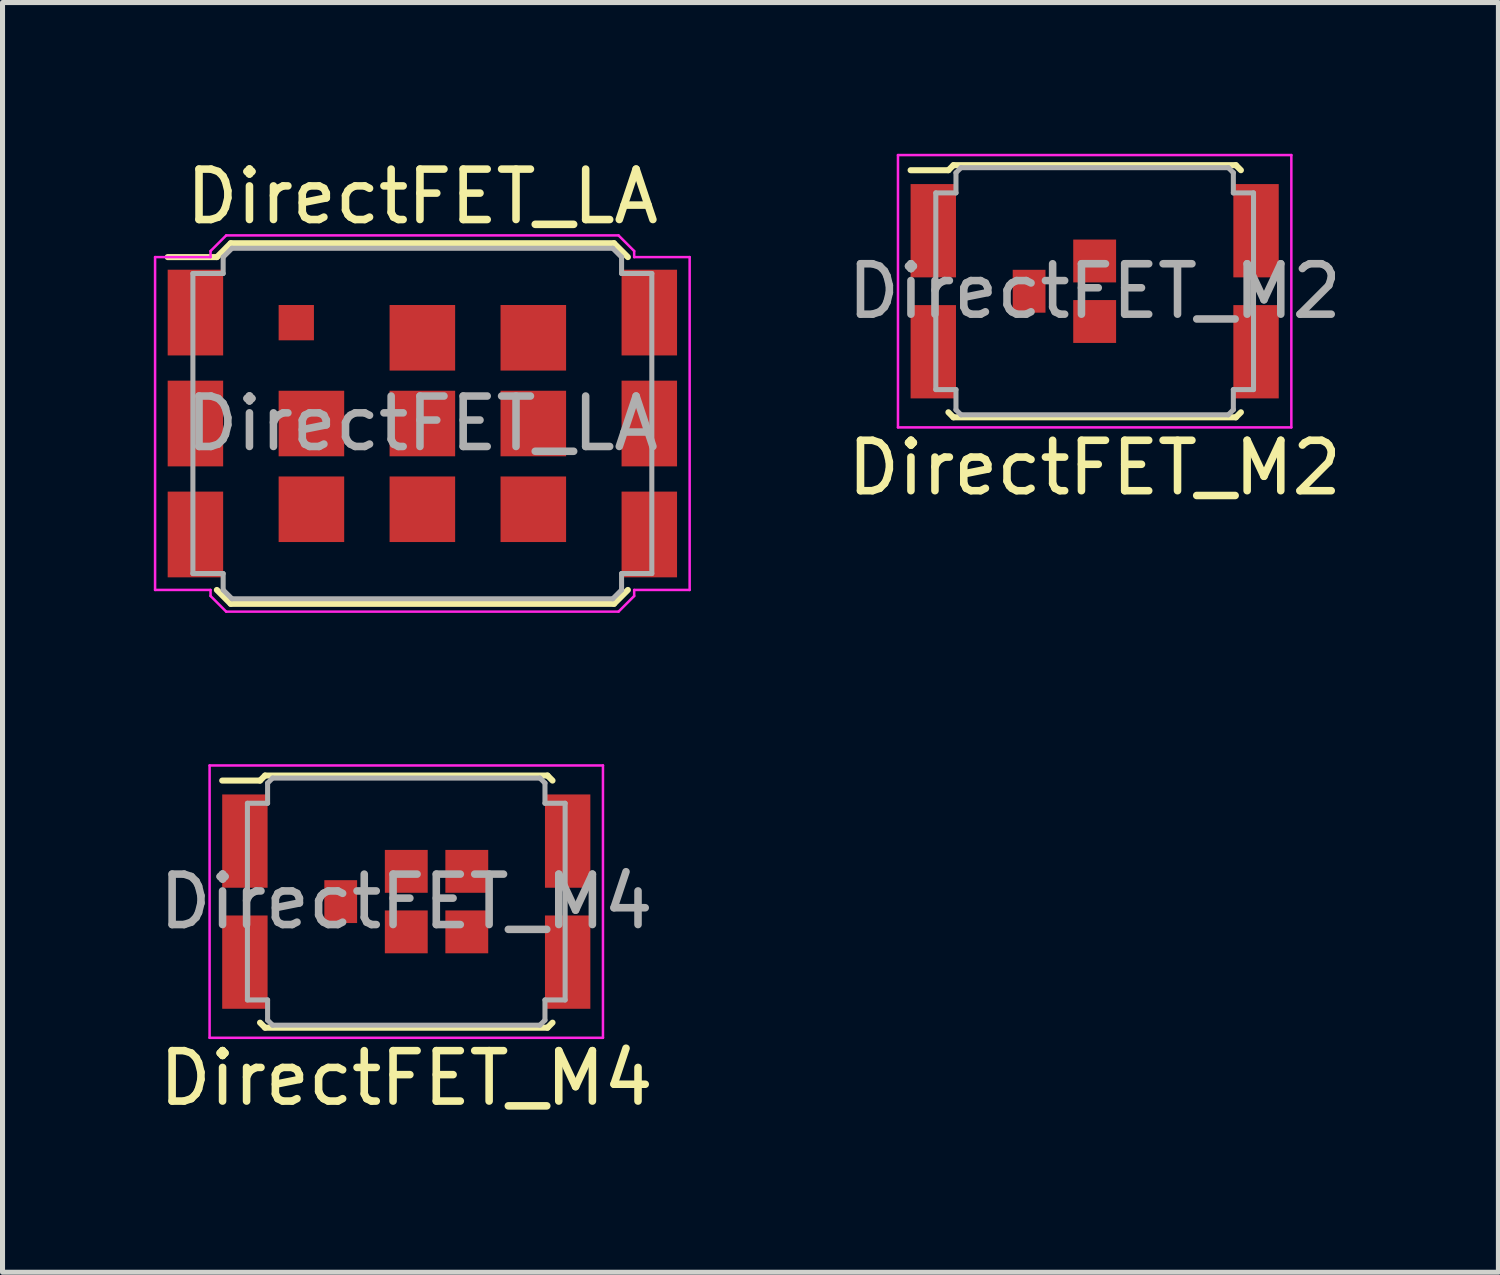
<source format=kicad_pcb>
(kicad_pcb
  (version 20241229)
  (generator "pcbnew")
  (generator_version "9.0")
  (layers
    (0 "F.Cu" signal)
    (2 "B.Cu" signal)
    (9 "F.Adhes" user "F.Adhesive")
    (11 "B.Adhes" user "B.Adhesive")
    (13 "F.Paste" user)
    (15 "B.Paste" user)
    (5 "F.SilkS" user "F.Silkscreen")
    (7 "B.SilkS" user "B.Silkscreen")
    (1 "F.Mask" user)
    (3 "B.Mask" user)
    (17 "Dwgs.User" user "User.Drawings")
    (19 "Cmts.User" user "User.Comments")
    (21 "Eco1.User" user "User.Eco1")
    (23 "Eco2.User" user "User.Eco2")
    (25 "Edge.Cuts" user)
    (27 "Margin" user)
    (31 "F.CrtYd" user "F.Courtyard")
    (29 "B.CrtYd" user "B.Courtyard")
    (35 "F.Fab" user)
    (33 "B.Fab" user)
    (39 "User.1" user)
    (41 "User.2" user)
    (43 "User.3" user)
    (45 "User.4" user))
  (footprint "DirectFET_M2"
    (layer "F.Cu")
    (at 18.656 2.725)
    (property "Reference" "DirectFET_M2" (at 0 3.5 0) (layer "F.SilkS") (effects (font (size 1 1) (thickness 0.15))))
    (attr smd)
    (fp_line (start -3.65 -2.4) (end -2.9 -2.4) (stroke (width 0.12) (type solid)) (layer "F.SilkS"))
    (fp_line (start -2.9 -2.4) (end -2.8 -2.5) (stroke (width 0.12) (type solid)) (layer "F.SilkS"))
    (fp_line (start -2.8 -2.5) (end 2.8 -2.5) (stroke (width 0.12) (type solid)) (layer "F.SilkS"))
    (fp_line (start -2.8 2.5) (end -2.9 2.4) (stroke (width 0.12) (type solid)) (layer "F.SilkS"))
    (fp_line (start 2.8 -2.5) (end 2.9 -2.4) (stroke (width 0.12) (type solid)) (layer "F.SilkS"))
    (fp_line (start 2.8 2.5) (end -2.8 2.5) (stroke (width 0.12) (type solid)) (layer "F.SilkS"))
    (fp_line (start 2.9 2.4) (end 2.8 2.5) (stroke (width 0.12) (type solid)) (layer "F.SilkS"))
    (fp_line (start -3.9 -2.7) (end -3.9 2.7) (stroke (width 0.05) (type solid)) (layer "F.CrtYd"))
    (fp_line (start -3.9 2.7) (end 3.9 2.7) (stroke (width 0.05) (type solid)) (layer "F.CrtYd"))
    (fp_line (start 3.9 -2.7) (end -3.9 -2.7) (stroke (width 0.05) (type solid)) (layer "F.CrtYd"))
    (fp_line (start 3.9 2.7) (end 3.9 -2.7) (stroke (width 0.05) (type solid)) (layer "F.CrtYd"))
    (fp_line (start -3.15 -1.95) (end -2.75 -1.95) (stroke (width 0.1) (type solid)) (layer "F.Fab"))
    (fp_line (start -3.15 1.95) (end -3.15 -1.95) (stroke (width 0.1) (type solid)) (layer "F.Fab"))
    (fp_line (start -3.15 1.95) (end -2.75 1.95) (stroke (width 0.1) (type solid)) (layer "F.Fab"))
    (fp_line (start -2.75 -2.35) (end -2.65 -2.45) (stroke (width 0.1) (type solid)) (layer "F.Fab"))
    (fp_line (start -2.75 -1.95) (end -2.75 -2.35) (stroke (width 0.1) (type solid)) (layer "F.Fab"))
    (fp_line (start -2.75 1.95) (end -2.75 2.35) (stroke (width 0.1) (type solid)) (layer "F.Fab"))
    (fp_line (start -2.75 2.35) (end -2.65 2.45) (stroke (width 0.1) (type solid)) (layer "F.Fab"))
    (fp_line (start -2.65 2.45) (end 2.65 2.45) (stroke (width 0.1) (type solid)) (layer "F.Fab"))
    (fp_line (start 2.65 -2.45) (end -2.65 -2.45) (stroke (width 0.1) (type solid)) (layer "F.Fab"))
    (fp_line (start 2.65 -2.45) (end 2.75 -2.35) (stroke (width 0.1) (type solid)) (layer "F.Fab"))
    (fp_line (start 2.75 -2.35) (end 2.75 -1.95) (stroke (width 0.1) (type solid)) (layer "F.Fab"))
    (fp_line (start 2.75 -1.95) (end 3.15 -1.95) (stroke (width 0.1) (type solid)) (layer "F.Fab"))
    (fp_line (start 2.75 1.95) (end 2.75 2.35) (stroke (width 0.1) (type solid)) (layer "F.Fab"))
    (fp_line (start 2.75 2.35) (end 2.65 2.45) (stroke (width 0.1) (type solid)) (layer "F.Fab"))
    (fp_line (start 3.15 -1.95) (end 3.15 1.95) (stroke (width 0.1) (type solid)) (layer "F.Fab"))
    (fp_line (start 3.15 1.95) (end 2.75 1.95) (stroke (width 0.1) (type solid)) (layer "F.Fab"))
    (fp_text user "${REFERENCE}" (at 0 0 0) (layer "F.Fab") (effects (font (size 1 1) (thickness 0.15))))
    (pad "1" smd rect (at -3.2 -1.2) (size 0.9 1.85) (layers "F.Cu" "F.Mask" "F.Paste"))
    (pad "1" smd rect (at -3.2 1.2) (size 0.9 1.85) (layers "F.Cu" "F.Mask" "F.Paste"))
    (pad "1" smd rect (at 3.2 -1.2) (size 0.9 1.85) (layers "F.Cu" "F.Mask" "F.Paste"))
    (pad "1" smd rect (at 3.2 1.2) (size 0.9 1.85) (layers "F.Cu" "F.Mask" "F.Paste"))
    (pad "2" smd rect (at -1.3 0) (size 0.65 0.85) (layers "F.Cu" "F.Mask" "F.Paste"))
    (pad "3" smd rect (at 0 -0.6) (size 0.85 0.85) (layers "F.Cu" "F.Mask" "F.Paste"))
    (pad "3" smd rect (at 0 0.6) (size 0.85 0.85) (layers "F.Cu" "F.Mask" "F.Paste")))
  (footprint "DirectFET_LA"
    (layer "F.Cu")
    (at 5.325 5.348)
    (property "Reference" "DirectFET_LA" (at 0 -4.5 0) (layer "F.SilkS") (effects (font (size 1 1) (thickness 0.15))))
    (attr smd)
    (fp_line (start -5.05 -3.3) (end -4.075 -3.3) (stroke (width 0.12) (type solid)) (layer "F.SilkS"))
    (fp_line (start -4.075 -3.3) (end -3.8 -3.575) (stroke (width 0.12) (type solid)) (layer "F.SilkS"))
    (fp_line (start -4.075 3.3) (end -3.8 3.575) (stroke (width 0.12) (type solid)) (layer "F.SilkS"))
    (fp_line (start 3.8 -3.575) (end -3.8 -3.575) (stroke (width 0.12) (type solid)) (layer "F.SilkS"))
    (fp_line (start 3.8 3.575) (end -3.8 3.575) (stroke (width 0.12) (type solid)) (layer "F.SilkS"))
    (fp_line (start 4.075 -3.3) (end 3.8 -3.575) (stroke (width 0.12) (type solid)) (layer "F.SilkS"))
    (fp_line (start 4.075 3.3) (end 3.8 3.575) (stroke (width 0.12) (type solid)) (layer "F.SilkS"))
    (fp_line (start -5.3 -3.3) (end -5.3 3.3) (stroke (width 0.05) (type solid)) (layer "F.CrtYd"))
    (fp_line (start -4.2 -3.42) (end -3.89 -3.73) (stroke (width 0.05) (type solid)) (layer "F.CrtYd"))
    (fp_line (start -4.2 -3.3) (end -5.3 -3.3) (stroke (width 0.05) (type solid)) (layer "F.CrtYd"))
    (fp_line (start -4.2 -3.3) (end -4.2 -3.42) (stroke (width 0.05) (type solid)) (layer "F.CrtYd"))
    (fp_line (start -4.2 3.3) (end -5.3 3.3) (stroke (width 0.05) (type solid)) (layer "F.CrtYd"))
    (fp_line (start -4.2 3.3) (end -4.2 3.42) (stroke (width 0.05) (type solid)) (layer "F.CrtYd"))
    (fp_line (start -4.2 3.42) (end -3.89 3.73) (stroke (width 0.05) (type solid)) (layer "F.CrtYd"))
    (fp_line (start 3.89 -3.73) (end -3.89 -3.73) (stroke (width 0.05) (type solid)) (layer "F.CrtYd"))
    (fp_line (start 3.89 3.73) (end -3.89 3.73) (stroke (width 0.05) (type solid)) (layer "F.CrtYd"))
    (fp_line (start 4.2 -3.42) (end 3.89 -3.73) (stroke (width 0.05) (type solid)) (layer "F.CrtYd"))
    (fp_line (start 4.2 -3.3) (end 4.2 -3.42) (stroke (width 0.05) (type solid)) (layer "F.CrtYd"))
    (fp_line (start 4.2 -3.3) (end 5.3 -3.3) (stroke (width 0.05) (type solid)) (layer "F.CrtYd"))
    (fp_line (start 4.2 3.3) (end 4.2 3.42) (stroke (width 0.05) (type solid)) (layer "F.CrtYd"))
    (fp_line (start 4.2 3.3) (end 5.3 3.3) (stroke (width 0.05) (type solid)) (layer "F.CrtYd"))
    (fp_line (start 4.2 3.42) (end 3.89 3.73) (stroke (width 0.05) (type solid)) (layer "F.CrtYd"))
    (fp_line (start 5.3 -3.3) (end 5.3 3.3) (stroke (width 0.05) (type solid)) (layer "F.CrtYd"))
    (fp_line (start -4.55 -2.975) (end -4.55 2.975) (stroke (width 0.1) (type solid)) (layer "F.Fab"))
    (fp_line (start -4.55 -2.975) (end -3.95 -2.975) (stroke (width 0.1) (type solid)) (layer "F.Fab"))
    (fp_line (start -4.55 2.975) (end -3.95 2.975) (stroke (width 0.1) (type solid)) (layer "F.Fab"))
    (fp_line (start -3.95 -3.3) (end -3.775 -3.475) (stroke (width 0.1) (type solid)) (layer "F.Fab"))
    (fp_line (start -3.95 -2.975) (end -3.95 -3.3) (stroke (width 0.1) (type solid)) (layer "F.Fab"))
    (fp_line (start -3.95 2.975) (end -3.95 3.3) (stroke (width 0.1) (type solid)) (layer "F.Fab"))
    (fp_line (start -3.95 3.3) (end -3.775 3.475) (stroke (width 0.1) (type solid)) (layer "F.Fab"))
    (fp_line (start 3.775 -3.475) (end -3.775 -3.475) (stroke (width 0.1) (type solid)) (layer "F.Fab"))
    (fp_line (start 3.775 3.475) (end -3.775 3.475) (stroke (width 0.1) (type solid)) (layer "F.Fab"))
    (fp_line (start 3.95 -3.3) (end 3.775 -3.475) (stroke (width 0.1) (type solid)) (layer "F.Fab"))
    (fp_line (start 3.95 -2.975) (end 3.95 -3.3) (stroke (width 0.1) (type solid)) (layer "F.Fab"))
    (fp_line (start 3.95 2.975) (end 3.95 3.3) (stroke (width 0.1) (type solid)) (layer "F.Fab"))
    (fp_line (start 3.95 3.3) (end 3.775 3.475) (stroke (width 0.1) (type solid)) (layer "F.Fab"))
    (fp_line (start 4.55 -2.975) (end 3.95 -2.975) (stroke (width 0.1) (type solid)) (layer "F.Fab"))
    (fp_line (start 4.55 -2.975) (end 4.55 2.975) (stroke (width 0.1) (type solid)) (layer "F.Fab"))
    (fp_line (start 4.55 2.975) (end 3.95 2.975) (stroke (width 0.1) (type solid)) (layer "F.Fab"))
    (fp_text user "${REFERENCE}" (at 0 0 0) (layer "F.Fab") (effects (font (size 1 1) (thickness 0.15))))
    (pad "1" smd rect (at -4.5 -2.2) (size 1.1 1.7) (layers "F.Cu" "F.Mask" "F.Paste"))
    (pad "1" smd rect (at -4.5 0) (size 1.1 1.7) (layers "F.Cu" "F.Mask" "F.Paste"))
    (pad "1" smd rect (at -4.5 2.2) (size 1.1 1.7) (layers "F.Cu" "F.Mask" "F.Paste"))
    (pad "1" smd rect (at 4.5 -2.2) (size 1.1 1.7) (layers "F.Cu" "F.Mask" "F.Paste"))
    (pad "1" smd rect (at 4.5 0) (size 1.1 1.7) (layers "F.Cu" "F.Mask" "F.Paste"))
    (pad "1" smd rect (at 4.5 2.2) (size 1.1 1.7) (layers "F.Cu" "F.Mask" "F.Paste"))
    (pad "2" smd rect (at -2.5 -2) (size 0.7 0.7) (layers "F.Cu" "F.Mask" "F.Paste"))
    (pad "3" smd rect (at -2.2 0) (size 1.3 1.3) (layers "F.Cu" "F.Mask" "F.Paste"))
    (pad "3" smd rect (at -2.2 1.7) (size 1.3 1.3) (layers "F.Cu" "F.Mask" "F.Paste"))
    (pad "3" smd rect (at 0 -1.7) (size 1.3 1.3) (layers "F.Cu" "F.Mask" "F.Paste"))
    (pad "3" smd rect (at 0 0) (size 1.3 1.3) (layers "F.Cu" "F.Mask" "F.Paste"))
    (pad "3" smd rect (at 0 1.7) (size 1.3 1.3) (layers "F.Cu" "F.Mask" "F.Paste"))
    (pad "3" smd rect (at 2.2 -1.7) (size 1.3 1.3) (layers "F.Cu" "F.Mask" "F.Paste"))
    (pad "3" smd rect (at 2.2 0) (size 1.3 1.3) (layers "F.Cu" "F.Mask" "F.Paste"))
    (pad "3" smd rect (at 2.2 1.7) (size 1.3 1.3) (layers "F.Cu" "F.Mask" "F.Paste")))
  (footprint "DirectFET_M4"
    (layer "F.Cu")
    (at 5.006 14.828)
    (property "Reference" "DirectFET_M4" (at 0 3.5 0) (layer "F.SilkS") (effects (font (size 1 1) (thickness 0.15))))
    (attr smd)
    (fp_line (start -3.65 -2.4) (end -2.9 -2.4) (stroke (width 0.12) (type solid)) (layer "F.SilkS"))
    (fp_line (start -2.9 -2.4) (end -2.8 -2.5) (stroke (width 0.12) (type solid)) (layer "F.SilkS"))
    (fp_line (start -2.8 -2.5) (end 2.8 -2.5) (stroke (width 0.12) (type solid)) (layer "F.SilkS"))
    (fp_line (start -2.8 2.5) (end -2.9 2.4) (stroke (width 0.12) (type solid)) (layer "F.SilkS"))
    (fp_line (start 2.8 -2.5) (end 2.9 -2.4) (stroke (width 0.12) (type solid)) (layer "F.SilkS"))
    (fp_line (start 2.8 2.5) (end -2.8 2.5) (stroke (width 0.12) (type solid)) (layer "F.SilkS"))
    (fp_line (start 2.9 2.4) (end 2.8 2.5) (stroke (width 0.12) (type solid)) (layer "F.SilkS"))
    (fp_line (start -3.9 -2.7) (end -3.9 2.7) (stroke (width 0.05) (type solid)) (layer "F.CrtYd"))
    (fp_line (start -3.9 2.7) (end 3.9 2.7) (stroke (width 0.05) (type solid)) (layer "F.CrtYd"))
    (fp_line (start 3.9 -2.7) (end -3.9 -2.7) (stroke (width 0.05) (type solid)) (layer "F.CrtYd"))
    (fp_line (start 3.9 2.7) (end 3.9 -2.7) (stroke (width 0.05) (type solid)) (layer "F.CrtYd"))
    (fp_line (start -3.15 -1.95) (end -2.75 -1.95) (stroke (width 0.1) (type solid)) (layer "F.Fab"))
    (fp_line (start -3.15 1.95) (end -3.15 -1.95) (stroke (width 0.1) (type solid)) (layer "F.Fab"))
    (fp_line (start -3.15 1.95) (end -2.75 1.95) (stroke (width 0.1) (type solid)) (layer "F.Fab"))
    (fp_line (start -2.75 -2.35) (end -2.65 -2.45) (stroke (width 0.1) (type solid)) (layer "F.Fab"))
    (fp_line (start -2.75 -1.95) (end -2.75 -2.35) (stroke (width 0.1) (type solid)) (layer "F.Fab"))
    (fp_line (start -2.75 1.95) (end -2.75 2.35) (stroke (width 0.1) (type solid)) (layer "F.Fab"))
    (fp_line (start -2.75 2.35) (end -2.65 2.45) (stroke (width 0.1) (type solid)) (layer "F.Fab"))
    (fp_line (start -2.65 2.45) (end 2.65 2.45) (stroke (width 0.1) (type solid)) (layer "F.Fab"))
    (fp_line (start 2.65 -2.45) (end -2.65 -2.45) (stroke (width 0.1) (type solid)) (layer "F.Fab"))
    (fp_line (start 2.65 -2.45) (end 2.75 -2.35) (stroke (width 0.1) (type solid)) (layer "F.Fab"))
    (fp_line (start 2.75 -2.35) (end 2.75 -1.95) (stroke (width 0.1) (type solid)) (layer "F.Fab"))
    (fp_line (start 2.75 -1.95) (end 3.15 -1.95) (stroke (width 0.1) (type solid)) (layer "F.Fab"))
    (fp_line (start 2.75 1.95) (end 2.75 2.35) (stroke (width 0.1) (type solid)) (layer "F.Fab"))
    (fp_line (start 2.75 2.35) (end 2.65 2.45) (stroke (width 0.1) (type solid)) (layer "F.Fab"))
    (fp_line (start 3.15 -1.95) (end 3.15 1.95) (stroke (width 0.1) (type solid)) (layer "F.Fab"))
    (fp_line (start 3.15 1.95) (end 2.75 1.95) (stroke (width 0.1) (type solid)) (layer "F.Fab"))
    (fp_text user "${REFERENCE}" (at 0 0 0) (layer "F.Fab") (effects (font (size 1 1) (thickness 0.15))))
    (pad "1" smd rect (at -3.2 -1.2) (size 0.9 1.85) (layers "F.Cu" "F.Mask" "F.Paste"))
    (pad "1" smd rect (at -3.2 1.2) (size 0.9 1.85) (layers "F.Cu" "F.Mask" "F.Paste"))
    (pad "1" smd rect (at 3.2 -1.2) (size 0.9 1.85) (layers "F.Cu" "F.Mask" "F.Paste"))
    (pad "1" smd rect (at 3.2 1.2) (size 0.9 1.85) (layers "F.Cu" "F.Mask" "F.Paste"))
    (pad "2" smd rect (at -1.3 0) (size 0.65 0.85) (layers "F.Cu" "F.Mask" "F.Paste"))
    (pad "3" smd rect (at 0 -0.6) (size 0.85 0.85) (layers "F.Cu" "F.Mask" "F.Paste"))
    (pad "3" smd rect (at 0 0.6) (size 0.85 0.85) (layers "F.Cu" "F.Mask" "F.Paste"))
    (pad "3" smd rect (at 1.2 -0.6) (size 0.85 0.85) (layers "F.Cu" "F.Mask" "F.Paste"))
    (pad "3" smd rect (at 1.2 0.6) (size 0.85 0.85) (layers "F.Cu" "F.Mask" "F.Paste")))
  (gr_rect
    (start -3 -3)
    (end 26.662 22.177)
    (stroke (width 0.1) (type default))
    (fill no)
    (layer "Edge.Cuts")))
</source>
